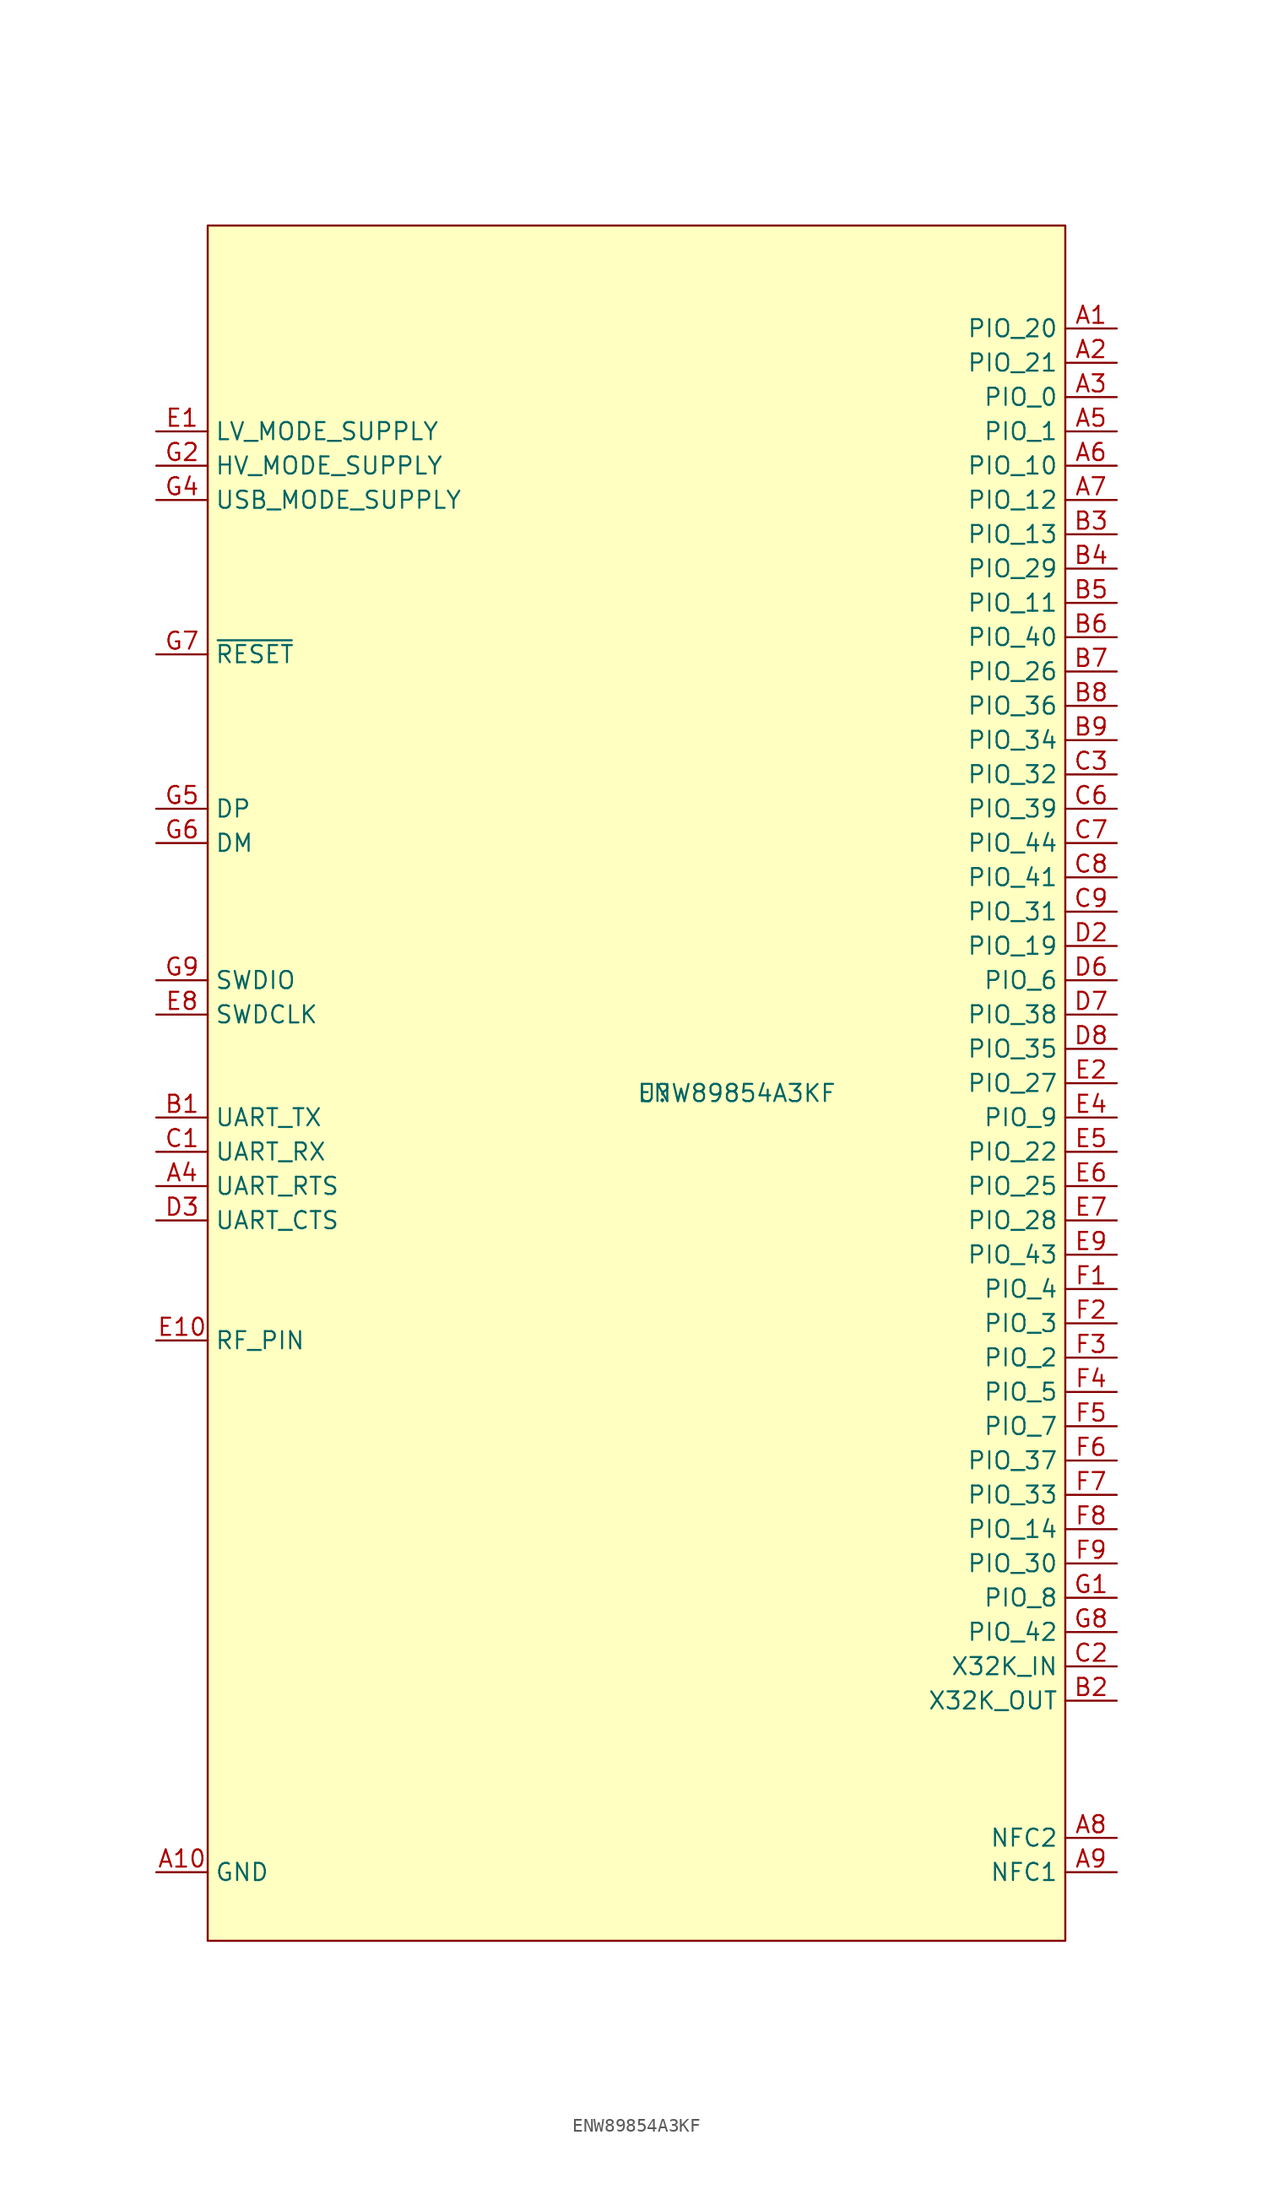
<source format=kicad_sym>
(kicad_symbol_lib
  (version 20241209)
  (generator "kicad_symbol_editor")
  (generator_version "9.0")
  (symbol "ENW89854A3KF"
    (property "Reference" "U"
      (at 0 0 0)
      (effects (font (size 1.27 1.27)) (justify left top)))
    (property "Value" "ENW89854A3KF"
      (at 0 0 0)
      (effects (font (size 1.27 1.27)) (justify left top)))
    (symbol "ENW89854A3KF_1_1"
      (rectangle (start -31.75 63.5) (end 31.75 -63.5) (stroke (width 0) (type solid)) (fill (type background)))
      (pin passive line (at -35.56 48.26 0) (length 3.81) (name "LV_MODE_SUPPLY" (effects (font (size 1.27 1.27)))) (number "E1" (effects (font (size 1.27 1.27)))))
      (pin passive line (at -35.56 45.72 0) (length 3.81) (name "HV_MODE_SUPPLY" (effects (font (size 1.27 1.27)))) (number "G2" (effects (font (size 1.27 1.27)))))
      (pin passive line (at -35.56 43.18 0) (length 3.81) (name "USB_MODE_SUPPLY" (effects (font (size 1.27 1.27)))) (number "G4" (effects (font (size 1.27 1.27)))))
      (pin passive line (at -35.56 31.75 0) (length 3.81) (name "~{RESET}" (effects (font (size 1.27 1.27)))) (number "G7" (effects (font (size 1.27 1.27)))))
      (pin passive line (at -35.56 20.32 0) (length 3.81) (name "DP" (effects (font (size 1.27 1.27)))) (number "G5" (effects (font (size 1.27 1.27)))))
      (pin passive line (at -35.56 17.78 0) (length 3.81) (name "DM" (effects (font (size 1.27 1.27)))) (number "G6" (effects (font (size 1.27 1.27)))))
      (pin passive line (at -35.56 7.62 0) (length 3.81) (name "SWDIO" (effects (font (size 1.27 1.27)))) (number "G9" (effects (font (size 1.27 1.27)))))
      (pin passive line (at -35.56 5.08 0) (length 3.81) (name "SWDCLK" (effects (font (size 1.27 1.27)))) (number "E8" (effects (font (size 1.27 1.27)))))
      (pin passive line (at -35.56 -2.54 0) (length 3.81) (name "UART_TX" (effects (font (size 1.27 1.27)))) (number "B1" (effects (font (size 1.27 1.27)))))
      (pin passive line (at -35.56 -5.08 0) (length 3.81) (name "UART_RX" (effects (font (size 1.27 1.27)))) (number "C1" (effects (font (size 1.27 1.27)))))
      (pin passive line (at -35.56 -7.62 0) (length 3.81) (name "UART_RTS" (effects (font (size 1.27 1.27)))) (number "A4" (effects (font (size 1.27 1.27)))))
      (pin passive line (at -35.56 -10.16 0) (length 3.81) (name "UART_CTS" (effects (font (size 1.27 1.27)))) (number "D3" (effects (font (size 1.27 1.27)))))
      (pin passive line (at -35.56 -19.05 0) (length 3.81) (name "RF_PIN" (effects (font (size 1.27 1.27)))) (number "E10" (effects (font (size 1.27 1.27)))))
      (pin passive line (at -35.56 -58.42 0) (length 3.81) (name "GND" (effects (font (size 1.27 1.27)))) (number "A10" (effects (font (size 1.27 1.27)))))
      (pin passive line (at -35.56 -58.42 0) (length 3.81) (hide yes) (name "GND" (effects (font (size 1.27 1.27)))) (number "A12" (effects (font (size 1.27 1.27)))))
      (pin passive line (at -35.56 -58.42 0) (length 3.81) (hide yes) (name "GND" (effects (font (size 1.27 1.27)))) (number "A13" (effects (font (size 1.27 1.27)))))
      (pin passive line (at -35.56 -58.42 0) (length 3.81) (hide yes) (name "GND" (effects (font (size 1.27 1.27)))) (number "B10" (effects (font (size 1.27 1.27)))))
      (pin passive line (at -35.56 -58.42 0) (length 3.81) (hide yes) (name "GND" (effects (font (size 1.27 1.27)))) (number "C10" (effects (font (size 1.27 1.27)))))
      (pin passive line (at -35.56 -58.42 0) (length 3.81) (hide yes) (name "GND" (effects (font (size 1.27 1.27)))) (number "C4" (effects (font (size 1.27 1.27)))))
      (pin passive line (at -35.56 -58.42 0) (length 3.81) (hide yes) (name "GND" (effects (font (size 1.27 1.27)))) (number "C5" (effects (font (size 1.27 1.27)))))
      (pin passive line (at -35.56 -58.42 0) (length 3.81) (hide yes) (name "GND" (effects (font (size 1.27 1.27)))) (number "D1" (effects (font (size 1.27 1.27)))))
      (pin passive line (at -35.56 -58.42 0) (length 3.81) (hide yes) (name "GND" (effects (font (size 1.27 1.27)))) (number "D10" (effects (font (size 1.27 1.27)))))
      (pin passive line (at -35.56 -58.42 0) (length 3.81) (hide yes) (name "GND" (effects (font (size 1.27 1.27)))) (number "D4" (effects (font (size 1.27 1.27)))))
      (pin passive line (at -35.56 -58.42 0) (length 3.81) (hide yes) (name "GND" (effects (font (size 1.27 1.27)))) (number "D5" (effects (font (size 1.27 1.27)))))
      (pin passive line (at -35.56 -58.42 0) (length 3.81) (hide yes) (name "GND" (effects (font (size 1.27 1.27)))) (number "D9" (effects (font (size 1.27 1.27)))))
      (pin passive line (at -35.56 -58.42 0) (length 3.81) (hide yes) (name "GND" (effects (font (size 1.27 1.27)))) (number "E3" (effects (font (size 1.27 1.27)))))
      (pin passive line (at -35.56 -58.42 0) (length 3.81) (hide yes) (name "GND" (effects (font (size 1.27 1.27)))) (number "F10" (effects (font (size 1.27 1.27)))))
      (pin passive line (at -35.56 -58.42 0) (length 3.81) (hide yes) (name "GND" (effects (font (size 1.27 1.27)))) (number "G10" (effects (font (size 1.27 1.27)))))
      (pin passive line (at -35.56 -58.42 0) (length 3.81) (hide yes) (name "GND" (effects (font (size 1.27 1.27)))) (number "G12" (effects (font (size 1.27 1.27)))))
      (pin passive line (at -35.56 -58.42 0) (length 3.81) (hide yes) (name "GND" (effects (font (size 1.27 1.27)))) (number "G13" (effects (font (size 1.27 1.27)))))
      (pin passive line (at -35.56 -58.42 0) (length 3.81) (hide yes) (name "GND" (effects (font (size 1.27 1.27)))) (number "G3" (effects (font (size 1.27 1.27)))))
      (pin passive line (at 35.56 55.88 180) (length 3.81) (name "PIO_20" (effects (font (size 1.27 1.27)))) (number "A1" (effects (font (size 1.27 1.27)))))
      (pin passive line (at 35.56 53.34 180) (length 3.81) (name "PIO_21" (effects (font (size 1.27 1.27)))) (number "A2" (effects (font (size 1.27 1.27)))))
      (pin passive line (at 35.56 50.8 180) (length 3.81) (name "PIO_0" (effects (font (size 1.27 1.27)))) (number "A3" (effects (font (size 1.27 1.27)))))
      (pin passive line (at 35.56 48.26 180) (length 3.81) (name "PIO_1" (effects (font (size 1.27 1.27)))) (number "A5" (effects (font (size 1.27 1.27)))))
      (pin passive line (at 35.56 45.72 180) (length 3.81) (name "PIO_10" (effects (font (size 1.27 1.27)))) (number "A6" (effects (font (size 1.27 1.27)))))
      (pin passive line (at 35.56 43.18 180) (length 3.81) (name "PIO_12" (effects (font (size 1.27 1.27)))) (number "A7" (effects (font (size 1.27 1.27)))))
      (pin passive line (at 35.56 40.64 180) (length 3.81) (name "PIO_13" (effects (font (size 1.27 1.27)))) (number "B3" (effects (font (size 1.27 1.27)))))
      (pin passive line (at 35.56 38.1 180) (length 3.81) (name "PIO_29" (effects (font (size 1.27 1.27)))) (number "B4" (effects (font (size 1.27 1.27)))))
      (pin passive line (at 35.56 35.56 180) (length 3.81) (name "PIO_11" (effects (font (size 1.27 1.27)))) (number "B5" (effects (font (size 1.27 1.27)))))
      (pin passive line (at 35.56 33.02 180) (length 3.81) (name "PIO_40" (effects (font (size 1.27 1.27)))) (number "B6" (effects (font (size 1.27 1.27)))))
      (pin passive line (at 35.56 30.48 180) (length 3.81) (name "PIO_26" (effects (font (size 1.27 1.27)))) (number "B7" (effects (font (size 1.27 1.27)))))
      (pin passive line (at 35.56 27.94 180) (length 3.81) (name "PIO_36" (effects (font (size 1.27 1.27)))) (number "B8" (effects (font (size 1.27 1.27)))))
      (pin passive line (at 35.56 25.4 180) (length 3.81) (name "PIO_34" (effects (font (size 1.27 1.27)))) (number "B9" (effects (font (size 1.27 1.27)))))
      (pin passive line (at 35.56 22.86 180) (length 3.81) (name "PIO_32" (effects (font (size 1.27 1.27)))) (number "C3" (effects (font (size 1.27 1.27)))))
      (pin passive line (at 35.56 20.32 180) (length 3.81) (name "PIO_39" (effects (font (size 1.27 1.27)))) (number "C6" (effects (font (size 1.27 1.27)))))
      (pin passive line (at 35.56 17.78 180) (length 3.81) (name "PIO_44" (effects (font (size 1.27 1.27)))) (number "C7" (effects (font (size 1.27 1.27)))))
      (pin passive line (at 35.56 15.24 180) (length 3.81) (name "PIO_41" (effects (font (size 1.27 1.27)))) (number "C8" (effects (font (size 1.27 1.27)))))
      (pin passive line (at 35.56 12.7 180) (length 3.81) (name "PIO_31" (effects (font (size 1.27 1.27)))) (number "C9" (effects (font (size 1.27 1.27)))))
      (pin passive line (at 35.56 10.16 180) (length 3.81) (name "PIO_19" (effects (font (size 1.27 1.27)))) (number "D2" (effects (font (size 1.27 1.27)))))
      (pin passive line (at 35.56 7.62 180) (length 3.81) (name "PIO_6" (effects (font (size 1.27 1.27)))) (number "D6" (effects (font (size 1.27 1.27)))))
      (pin passive line (at 35.56 5.08 180) (length 3.81) (name "PIO_38" (effects (font (size 1.27 1.27)))) (number "D7" (effects (font (size 1.27 1.27)))))
      (pin passive line (at 35.56 2.54 180) (length 3.81) (name "PIO_35" (effects (font (size 1.27 1.27)))) (number "D8" (effects (font (size 1.27 1.27)))))
      (pin passive line (at 35.56 0 180) (length 3.81) (name "PIO_27" (effects (font (size 1.27 1.27)))) (number "E2" (effects (font (size 1.27 1.27)))))
      (pin passive line (at 35.56 -2.54 180) (length 3.81) (name "PIO_9" (effects (font (size 1.27 1.27)))) (number "E4" (effects (font (size 1.27 1.27)))))
      (pin passive line (at 35.56 -5.08 180) (length 3.81) (name "PIO_22" (effects (font (size 1.27 1.27)))) (number "E5" (effects (font (size 1.27 1.27)))))
      (pin passive line (at 35.56 -7.62 180) (length 3.81) (name "PIO_25" (effects (font (size 1.27 1.27)))) (number "E6" (effects (font (size 1.27 1.27)))))
      (pin passive line (at 35.56 -10.16 180) (length 3.81) (name "PIO_28" (effects (font (size 1.27 1.27)))) (number "E7" (effects (font (size 1.27 1.27)))))
      (pin passive line (at 35.56 -12.7 180) (length 3.81) (name "PIO_43" (effects (font (size 1.27 1.27)))) (number "E9" (effects (font (size 1.27 1.27)))))
      (pin passive line (at 35.56 -15.24 180) (length 3.81) (name "PIO_4" (effects (font (size 1.27 1.27)))) (number "F1" (effects (font (size 1.27 1.27)))))
      (pin passive line (at 35.56 -17.78 180) (length 3.81) (name "PIO_3" (effects (font (size 1.27 1.27)))) (number "F2" (effects (font (size 1.27 1.27)))))
      (pin passive line (at 35.56 -20.32 180) (length 3.81) (name "PIO_2" (effects (font (size 1.27 1.27)))) (number "F3" (effects (font (size 1.27 1.27)))))
      (pin passive line (at 35.56 -22.86 180) (length 3.81) (name "PIO_5" (effects (font (size 1.27 1.27)))) (number "F4" (effects (font (size 1.27 1.27)))))
      (pin passive line (at 35.56 -25.4 180) (length 3.81) (name "PIO_7" (effects (font (size 1.27 1.27)))) (number "F5" (effects (font (size 1.27 1.27)))))
      (pin passive line (at 35.56 -27.94 180) (length 3.81) (name "PIO_37" (effects (font (size 1.27 1.27)))) (number "F6" (effects (font (size 1.27 1.27)))))
      (pin passive line (at 35.56 -30.48 180) (length 3.81) (name "PIO_33" (effects (font (size 1.27 1.27)))) (number "F7" (effects (font (size 1.27 1.27)))))
      (pin passive line (at 35.56 -33.02 180) (length 3.81) (name "PIO_14" (effects (font (size 1.27 1.27)))) (number "F8" (effects (font (size 1.27 1.27)))))
      (pin passive line (at 35.56 -35.56 180) (length 3.81) (name "PIO_30" (effects (font (size 1.27 1.27)))) (number "F9" (effects (font (size 1.27 1.27)))))
      (pin passive line (at 35.56 -38.1 180) (length 3.81) (name "PIO_8" (effects (font (size 1.27 1.27)))) (number "G1" (effects (font (size 1.27 1.27)))))
      (pin passive line (at 35.56 -40.64 180) (length 3.81) (name "PIO_42" (effects (font (size 1.27 1.27)))) (number "G8" (effects (font (size 1.27 1.27)))))
      (pin passive line (at 35.56 -43.18 180) (length 3.81) (name "X32K_IN" (effects (font (size 1.27 1.27)))) (number "C2" (effects (font (size 1.27 1.27)))))
      (pin passive line (at 35.56 -45.72 180) (length 3.81) (name "X32K_OUT" (effects (font (size 1.27 1.27)))) (number "B2" (effects (font (size 1.27 1.27)))))
      (pin passive line (at 35.56 -55.88 180) (length 3.81) (name "NFC2" (effects (font (size 1.27 1.27)))) (number "A8" (effects (font (size 1.27 1.27)))))
      (pin passive line (at 35.56 -58.42 180) (length 3.81) (name "NFC1" (effects (font (size 1.27 1.27)))) (number "A9" (effects (font (size 1.27 1.27))))))))
</source>
